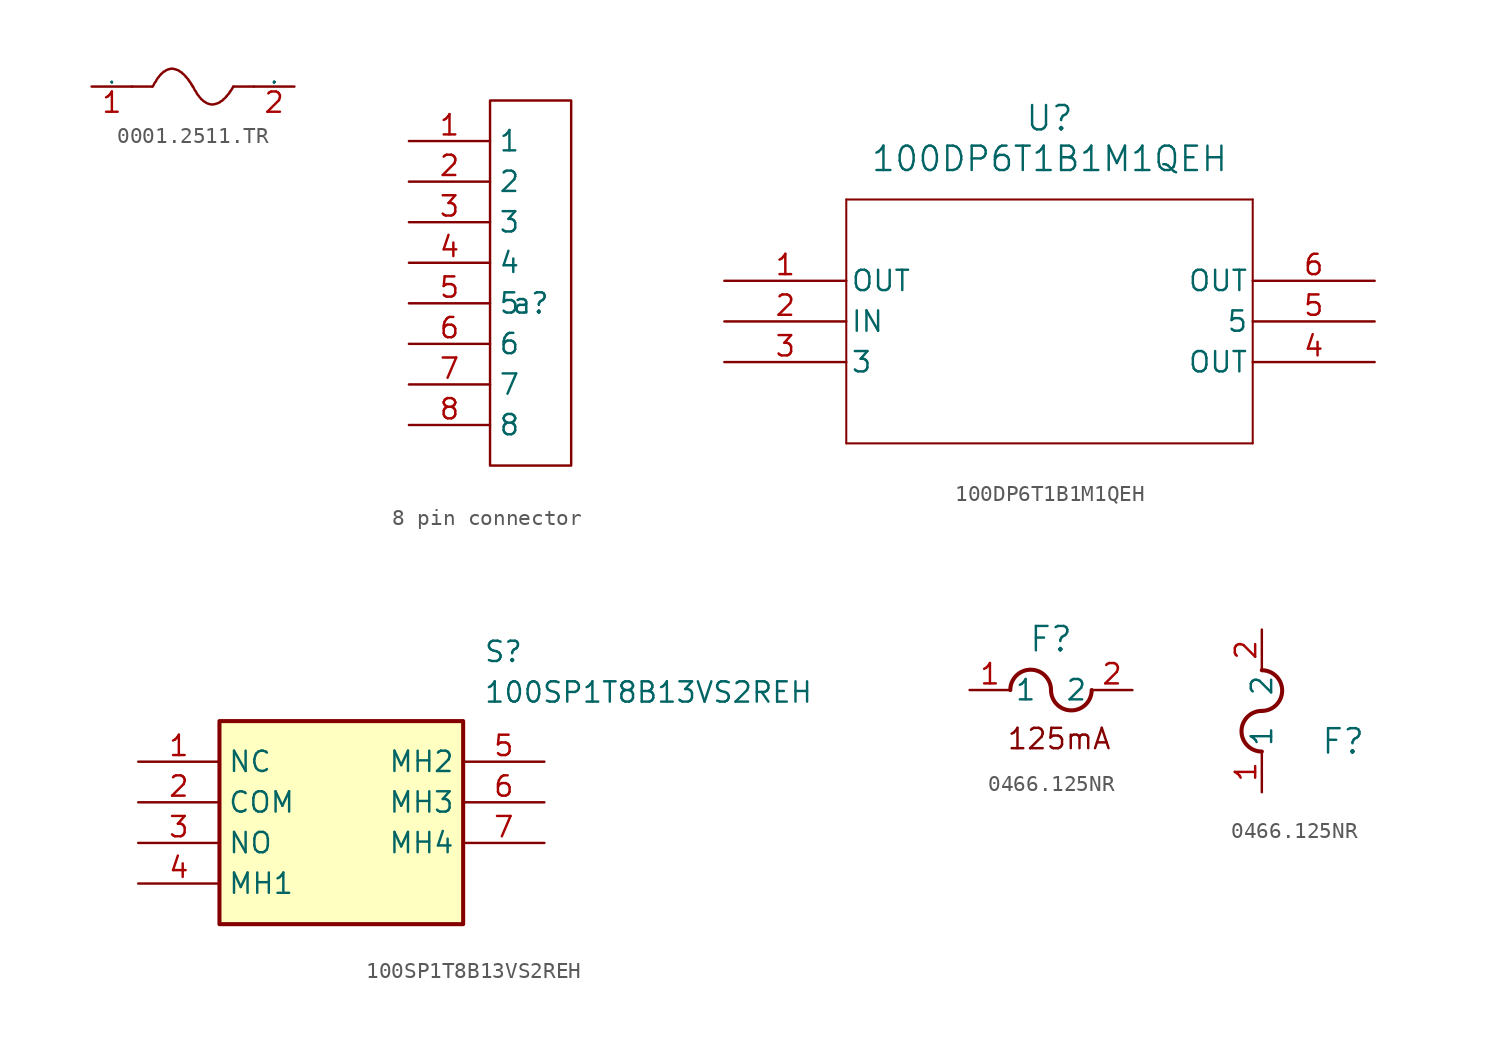
<source format=kicad_sym>
(kicad_symbol_lib
  (version 20241209)
  (generator "kicad_symbol_editor")
  (generator_version "9.0")
  (symbol "0001.2511.TR"
    (pin_names
      (offset 0))
    (property "Reference" "F"
      (at 0 0 0)
      (effects (font (size 1.27 1.27)) (hide yes)))
    (symbol "0001.2511.TR_1_0"
      (polyline (pts (xy -2.54 0) (xy -1.27 0)) (stroke (width 0) (type default)) (fill (type none)))
      (polyline (pts (xy -1.27 0) (xy -1.219 0.051) (xy -1.219 0.051) (xy -1.194 0.102) (xy -1.194 0.102) (xy -1.168 0.152) (xy -1.168 0.152) (xy -1.143 0.203) (xy -1.143 0.203) (xy -1.118 0.254) (xy -1.118 0.254) (xy -1.067 0.305) (xy -1.067 0.305) (xy -1.041 0.356) (xy -1.041 0.356) (xy -1.016 0.406) (xy -1.016 0.406) (xy -0.991 0.457) (xy -0.991 0.457) (xy -0.965 0.483) (xy -0.965 0.483) (xy -0.94 0.533) (xy -0.94 0.533) (xy -0.889 0.584) (xy -0.889 0.584) (xy -0.864 0.61) (xy -0.864 0.61) (xy -0.838 0.66) (xy -0.838 0.66) (xy -0.813 0.686) (xy -0.813 0.686) (xy -0.787 0.711) (xy -0.787 0.711) (xy -0.762 0.737) (xy -0.762 0.737) (xy -0.737 0.787) (xy -0.737 0.787) (xy -0.686 0.813) (xy -0.686 0.813) (xy -0.66 0.838) (xy -0.66 0.838) (xy -0.635 0.864) (xy -0.635 0.864) (xy -0.61 0.889) (xy -0.61 0.889) (xy -0.584 0.914) (xy -0.584 0.914) (xy -0.559 0.94) (xy -0.559 0.94) (xy -0.533 0.94) (xy -0.533 0.94) (xy -0.483 0.965) (xy -0.483 0.965) (xy -0.457 0.991) (xy -0.457 0.991) (xy -0.432 1.016) (xy -0.432 1.016) (xy -0.406 1.016) (xy -0.406 1.016) (xy -0.381 1.041) (xy -0.381 1.041) (xy -0.356 1.041) (xy -0.356 1.041) (xy -0.33 1.067) (xy -0.33 1.067) (xy -0.305 1.067) (xy -0.305 1.067) (xy -0.279 1.067) (xy -0.279 1.067) (xy -0.254 1.092) (xy -0.254 1.092) (xy -0.203 1.092) (xy -0.203 1.092) (xy -0.178 1.092) (xy -0.178 1.092) (xy -0.152 1.118) (xy -0.152 1.118) (xy -0.127 1.118) (xy -0.127 1.118) (xy -0.102 1.118) (xy -0.102 1.118) (xy -0.076 1.118) (xy -0.076 1.118) (xy -0.051 1.118) (xy -0.051 1.118) (xy -0.025 1.118) (xy -0.025 1.118) (xy 0 1.118) (xy 0 1.118) (xy 0 1.118) (xy 0 1.118) (xy 0.025 1.118) (xy 0.025 1.118) (xy 0.051 1.118) (xy 0.051 1.118) (xy 0.076 1.092) (xy 0.076 1.092) (xy 0.102 1.092) (xy 0.102 1.092) (xy 0.127 1.092) (xy 0.127 1.092) (xy 0.152 1.092) (xy 0.152 1.092) (xy 0.178 1.067) (xy 0.178 1.067) (xy 0.203 1.067) (xy 0.203 1.067) (xy 0.229 1.067) (xy 0.229 1.067) (xy 0.254 1.041) (xy 0.254 1.041) (xy 0.279 1.041) (xy 0.279 1.041) (xy 0.305 1.041) (xy 0.305 1.041) (xy 0.33 1.016) (xy 0.33 1.016) (xy 0.356 1.016) (xy 0.356 1.016) (xy 0.381 0.991) (xy 0.381 0.991) (xy 0.406 0.991) (xy 0.406 0.991) (xy 0.406 0.965) (xy 0.406 0.965) (xy 0.432 0.965) (xy 0.432 0.965) (xy 0.457 0.94) (xy 0.457 0.94) (xy 0.483 0.914) (xy 0.483 0.914) (xy 0.508 0.914) (xy 0.508 0.914) (xy 0.533 0.889) (xy 0.533 0.889) (xy 0.559 0.889) (xy 0.559 0.889) (xy 0.584 0.864) (xy 0.584 0.864) (xy 0.584 0.838) (xy 0.584 0.838) (xy 0.61 0.813) (xy 0.61 0.813) (xy 0.635 0.813) (xy 0.635 0.813) (xy 0.66 0.787) (xy 0.66 0.787) (xy 0.686 0.762) (xy 0.686 0.762) (xy 0.686 0.762) (xy 0.686 0.762) (xy 0.711 0.737) (xy 0.711 0.737) (xy 0.737 0.711) (xy 0.737 0.711) (xy 0.762 0.686) (xy 0.762 0.686) (xy 0.762 0.686) (xy 0.762 0.686) (xy 0.787 0.66) (xy 0.787 0.66) (xy 0.813 0.635) (xy 0.813 0.635) (xy 0.813 0.61) (xy 0.813 0.61) (xy 0.838 0.61) (xy 0.838 0.61) (xy 0.864 0.584) (xy 0.864 0.584) (xy 0.864 0.559) (xy 0.864 0.559) (xy 0.889 0.533) (xy 0.889 0.533) (xy 0.914 0.508) (xy 0.914 0.508) (xy 0.914 0.508) (xy 0.914 0.508) (xy 0.94 0.483) (xy 0.94 0.483) (xy 0.965 0.457) (xy 0.965 0.457) (xy 0.965 0.432) (xy 0.965 0.432) (xy 0.991 0.432) (xy 0.991 0.432) (xy 0.991 0.406) (xy 0.991 0.406) (xy 1.016 0.381) (xy 1.016 0.381) (xy 1.016 0.356) (xy 1.016 0.356) (xy 1.041 0.356) (xy 1.041 0.356) (xy 1.041 0.33) (xy 1.041 0.33) (xy 1.067 0.305) (xy 1.067 0.305) (xy 1.067 0.279) (xy 1.067 0.279) (xy 1.092 0.279) (xy 1.092 0.279) (xy 1.092 0.254) (xy 1.092 0.254) (xy 1.118 0.229) (xy 1.118 0.229) (xy 1.118 0.229) (xy 1.118 0.229) (xy 1.143 0.203) (xy 1.143 0.203) (xy 1.143 0.178) (xy 1.143 0.178) (xy 1.143 0.178) (xy 1.143 0.178) (xy 1.168 0.152) (xy 1.168 0.152) (xy 1.168 0.152) (xy 1.168 0.152) (xy 1.168 0.127) (xy 1.168 0.127) (xy 1.194 0.127) (xy 1.194 0.127) (xy 1.194 0.102) (xy 1.194 0.102) (xy 1.194 0.102) (xy 1.194 0.102) (xy 1.219 0.076) (xy 1.219 0.076) (xy 1.219 0.076) (xy 1.219 0.076) (xy 1.219 0.051) (xy 1.219 0.051) (xy 1.219 0.051) (xy 1.219 0.051) (xy 1.219 0.051) (xy 1.219 0.051) (xy 1.245 0.025) (xy 1.245 0.025) (xy 1.245 0.025) (xy 1.245 0.025) (xy 1.245 0.025) (xy 1.245 0.025) (xy 1.245 0) (xy 1.245 0) (xy 1.245 0) (xy 1.245 0) (xy 1.245 0) (xy 1.245 0) (xy 1.245 0) (xy 1.245 0) (xy 1.245 0) (xy 1.245 0) (xy 1.245 0) (xy 1.245 0) (xy 1.245 0) (xy 1.245 0) (xy 1.27 0)) (stroke (width 0) (type default)) (fill (type none)))
      (polyline (pts (xy 1.27 0) (xy 1.295 -0.051) (xy 1.295 -0.051) (xy 1.321 -0.102) (xy 1.321 -0.102) (xy 1.346 -0.152) (xy 1.346 -0.152) (xy 1.372 -0.203) (xy 1.372 -0.203) (xy 1.397 -0.254) (xy 1.397 -0.254) (xy 1.448 -0.305) (xy 1.448 -0.305) (xy 1.473 -0.356) (xy 1.473 -0.356) (xy 1.499 -0.406) (xy 1.499 -0.406) (xy 1.524 -0.457) (xy 1.524 -0.457) (xy 1.549 -0.483) (xy 1.549 -0.483) (xy 1.575 -0.533) (xy 1.575 -0.533) (xy 1.626 -0.584) (xy 1.626 -0.584) (xy 1.651 -0.61) (xy 1.651 -0.61) (xy 1.676 -0.66) (xy 1.676 -0.66) (xy 1.702 -0.686) (xy 1.702 -0.686) (xy 1.727 -0.711) (xy 1.727 -0.711) (xy 1.753 -0.737) (xy 1.753 -0.737) (xy 1.778 -0.787) (xy 1.778 -0.787) (xy 1.829 -0.813) (xy 1.829 -0.813) (xy 1.854 -0.838) (xy 1.854 -0.838) (xy 1.88 -0.864) (xy 1.88 -0.864) (xy 1.905 -0.889) (xy 1.905 -0.889) (xy 1.93 -0.914) (xy 1.93 -0.914) (xy 1.956 -0.94) (xy 1.956 -0.94) (xy 1.981 -0.94) (xy 1.981 -0.94) (xy 2.032 -0.965) (xy 2.032 -0.965) (xy 2.057 -0.991) (xy 2.057 -0.991) (xy 2.083 -1.016) (xy 2.083 -1.016) (xy 2.108 -1.016) (xy 2.108 -1.016) (xy 2.134 -1.041) (xy 2.134 -1.041) (xy 2.159 -1.041) (xy 2.159 -1.041) (xy 2.184 -1.067) (xy 2.184 -1.067) (xy 2.21 -1.067) (xy 2.21 -1.067) (xy 2.235 -1.067) (xy 2.235 -1.067) (xy 2.261 -1.092) (xy 2.261 -1.092) (xy 2.311 -1.092) (xy 2.311 -1.092) (xy 2.337 -1.092) (xy 2.337 -1.092) (xy 2.362 -1.118) (xy 2.362 -1.118) (xy 2.388 -1.118) (xy 2.388 -1.118) (xy 2.413 -1.118) (xy 2.413 -1.118) (xy 2.438 -1.118) (xy 2.438 -1.118) (xy 2.464 -1.118) (xy 2.464 -1.118) (xy 2.489 -1.118) (xy 2.489 -1.118) (xy 2.515 -1.118) (xy 2.515 -1.118) (xy 2.54 -1.118) (xy 2.54 -1.118) (xy 2.565 -1.118) (xy 2.565 -1.118) (xy 2.591 -1.118) (xy 2.591 -1.118) (xy 2.616 -1.092) (xy 2.616 -1.092) (xy 2.642 -1.092) (xy 2.642 -1.092) (xy 2.667 -1.092) (xy 2.667 -1.092) (xy 2.692 -1.092) (xy 2.692 -1.092) (xy 2.718 -1.067) (xy 2.718 -1.067) (xy 2.743 -1.067) (xy 2.743 -1.067) (xy 2.769 -1.067) (xy 2.769 -1.067) (xy 2.794 -1.041) (xy 2.794 -1.041) (xy 2.819 -1.041) (xy 2.819 -1.041) (xy 2.845 -1.041) (xy 2.845 -1.041) (xy 2.87 -1.016) (xy 2.87 -1.016) (xy 2.896 -1.016) (xy 2.896 -1.016) (xy 2.921 -0.991) (xy 2.921 -0.991) (xy 2.946 -0.991) (xy 2.946 -0.991) (xy 2.946 -0.965) (xy 2.946 -0.965) (xy 2.972 -0.965) (xy 2.972 -0.965) (xy 2.997 -0.94) (xy 2.997 -0.94) (xy 3.023 -0.914) (xy 3.023 -0.914) (xy 3.048 -0.914) (xy 3.048 -0.914) (xy 3.073 -0.889) (xy 3.073 -0.889) (xy 3.099 -0.889) (xy 3.099 -0.889) (xy 3.124 -0.864) (xy 3.124 -0.864) (xy 3.124 -0.838) (xy 3.124 -0.838) (xy 3.15 -0.813) (xy 3.15 -0.813) (xy 3.175 -0.813) (xy 3.175 -0.813) (xy 3.2 -0.787) (xy 3.2 -0.787) (xy 3.226 -0.762) (xy 3.226 -0.762) (xy 3.226 -0.762) (xy 3.226 -0.762) (xy 3.251 -0.737) (xy 3.251 -0.737) (xy 3.277 -0.711) (xy 3.277 -0.711) (xy 3.302 -0.686) (xy 3.302 -0.686) (xy 3.302 -0.686) (xy 3.302 -0.686) (xy 3.327 -0.66) (xy 3.327 -0.66) (xy 3.353 -0.635) (xy 3.353 -0.635) (xy 3.353 -0.61) (xy 3.353 -0.61) (xy 3.378 -0.61) (xy 3.378 -0.61) (xy 3.404 -0.584) (xy 3.404 -0.584) (xy 3.404 -0.559) (xy 3.404 -0.559) (xy 3.429 -0.533) (xy 3.429 -0.533) (xy 3.454 -0.508) (xy 3.454 -0.508) (xy 3.454 -0.508) (xy 3.454 -0.508) (xy 3.48 -0.483) (xy 3.48 -0.483) (xy 3.505 -0.457) (xy 3.505 -0.457) (xy 3.505 -0.432) (xy 3.505 -0.432) (xy 3.531 -0.432) (xy 3.531 -0.432) (xy 3.531 -0.406) (xy 3.531 -0.406) (xy 3.556 -0.381) (xy 3.556 -0.381) (xy 3.556 -0.356) (xy 3.556 -0.356) (xy 3.581 -0.356) (xy 3.581 -0.356) (xy 3.581 -0.33) (xy 3.581 -0.33) (xy 3.607 -0.305) (xy 3.607 -0.305) (xy 3.607 -0.279) (xy 3.607 -0.279) (xy 3.632 -0.279) (xy 3.632 -0.279) (xy 3.632 -0.254) (xy 3.632 -0.254) (xy 3.658 -0.229) (xy 3.658 -0.229) (xy 3.658 -0.229) (xy 3.658 -0.229) (xy 3.683 -0.203) (xy 3.683 -0.203) (xy 3.683 -0.178) (xy 3.683 -0.178) (xy 3.683 -0.178) (xy 3.683 -0.178) (xy 3.708 -0.152) (xy 3.708 -0.152) (xy 3.708 -0.152) (xy 3.708 -0.152) (xy 3.708 -0.127) (xy 3.708 -0.127) (xy 3.734 -0.127) (xy 3.734 -0.127) (xy 3.734 -0.102) (xy 3.734 -0.102) (xy 3.734 -0.102) (xy 3.734 -0.102) (xy 3.759 -0.076) (xy 3.759 -0.076) (xy 3.759 -0.076) (xy 3.759 -0.076) (xy 3.759 -0.051) (xy 3.759 -0.051) (xy 3.759 -0.051) (xy 3.759 -0.051) (xy 3.759 -0.051) (xy 3.759 -0.051) (xy 3.785 -0.025) (xy 3.785 -0.025) (xy 3.785 -0.025) (xy 3.785 -0.025) (xy 3.785 -0.025) (xy 3.785 -0.025) (xy 3.785 0) (xy 3.785 0) (xy 3.785 0) (xy 3.785 0) (xy 3.785 0) (xy 3.785 0) (xy 3.785 0) (xy 3.785 0) (xy 3.785 0) (xy 3.785 0) (xy 3.785 0) (xy 3.785 0) (xy 3.785 0) (xy 3.785 0) (xy 3.81 0)) (stroke (width 0) (type default)) (fill (type none)))
      (polyline (pts (xy 3.81 0) (xy 5.08 0)) (stroke (width 0) (type default)) (fill (type none)))
      (pin input line (at -5.08 0 0) (length 2.54) (name "1" (effects (font (size 0.025 0.025)))) (number "1" (effects (font (size 1.27 1.27)))))
      (pin input line (at 7.62 0 180) (length 2.54) (name "2" (effects (font (size 0.025 0.025)))) (number "2" (effects (font (size 1.27 1.27)))))))
  (symbol "8 pin connector"
    (property "Reference" "a"
      (at 0 0 0)
      (effects (font (size 1.27 1.27))))
    (property "Value" ""
      (at 0 0 0)
      (effects (font (size 1.27 1.27))))
    (symbol "8 pin connector_1_0"
      (rectangle (start -2.54 12.7) (end 2.54 -10.16) (stroke (width 0) (type default)) (fill (type none)))
      (pin input line (at -7.62 10.16 0) (length 5.08) (name "1" (effects (font (size 1.27 1.27)))) (number "1" (effects (font (size 1.27 1.27)))))
      (pin input line (at -7.62 7.62 0) (length 5.08) (name "2" (effects (font (size 1.27 1.27)))) (number "2" (effects (font (size 1.27 1.27)))))
      (pin input line (at -7.62 5.08 0) (length 5.08) (name "3" (effects (font (size 1.27 1.27)))) (number "3" (effects (font (size 1.27 1.27)))))
      (pin input line (at -7.62 2.54 0) (length 5.08) (name "4" (effects (font (size 1.27 1.27)))) (number "4" (effects (font (size 1.27 1.27)))))
      (pin input line (at -7.62 0 0) (length 5.08) (name "5" (effects (font (size 1.27 1.27)))) (number "5" (effects (font (size 1.27 1.27)))))
      (pin input line (at -7.62 -2.54 0) (length 5.08) (name "6" (effects (font (size 1.27 1.27)))) (number "6" (effects (font (size 1.27 1.27)))))
      (pin input line (at -7.62 -5.08 0) (length 5.08) (name "7" (effects (font (size 1.27 1.27)))) (number "7" (effects (font (size 1.27 1.27)))))
      (pin input line (at -7.62 -7.62 0) (length 5.08) (name "8" (effects (font (size 1.27 1.27)))) (number "8" (effects (font (size 1.27 1.27)))))))
  (symbol "100DP6T1B1M1QEH"
    (pin_names
      (offset 0.254))
    (property "Reference" "U"
      (at 20.32 10.16 0)
      (effects (font (size 1.524 1.524))))
    (property "Value" "100DP6T1B1M1QEH"
      (at 20.32 7.62 0)
      (effects (font (size 1.524 1.524))))
    (symbol "100DP6T1B1M1QEH_0_1"
      (polyline (pts (xy 7.62 5.08) (xy 7.62 -10.16)) (stroke (width 0.127) (type default)) (fill (type none)))
      (polyline (pts (xy 7.62 -10.16) (xy 33.02 -10.16)) (stroke (width 0.127) (type default)) (fill (type none)))
      (polyline (pts (xy 33.02 5.08) (xy 7.62 5.08)) (stroke (width 0.127) (type default)) (fill (type none)))
      (polyline (pts (xy 33.02 -10.16) (xy 33.02 5.08)) (stroke (width 0.127) (type default)) (fill (type none)))
      (pin output line (at 0 0 0) (length 7.62) (name "OUT" (effects (font (size 1.27 1.27)))) (number "1" (effects (font (size 1.27 1.27)))))
      (pin input line (at 0 -2.54 0) (length 7.62) (name "IN" (effects (font (size 1.27 1.27)))) (number "2" (effects (font (size 1.27 1.27)))))
      (pin unspecified line (at 0 -5.08 0) (length 7.62) (name "3" (effects (font (size 1.27 1.27)))) (number "3" (effects (font (size 1.27 1.27)))))
      (pin output line (at 40.64 0 180) (length 7.62) (name "OUT" (effects (font (size 1.27 1.27)))) (number "6" (effects (font (size 1.27 1.27)))))
      (pin unspecified line (at 40.64 -2.54 180) (length 7.62) (name "5" (effects (font (size 1.27 1.27)))) (number "5" (effects (font (size 1.27 1.27)))))
      (pin output line (at 40.64 -5.08 180) (length 7.62) (name "OUT" (effects (font (size 1.27 1.27)))) (number "4" (effects (font (size 1.27 1.27)))))))
  (symbol "100SP1T8B13VS2REH"
    (property "Reference" "S"
      (at 21.59 7.62 0)
      (effects (font (size 1.27 1.27)) (justify left top)))
    (property "Value" "100SP1T8B13VS2REH"
      (at 21.59 5.08 0)
      (effects (font (size 1.27 1.27)) (justify left top)))
    (symbol "100SP1T8B13VS2REH_1_1"
      (rectangle (start 5.08 2.54) (end 20.32 -10.16) (stroke (width 0.254) (type default)) (fill (type background)))
      (pin passive line (at 0 0 0) (length 5.08) (name "NC" (effects (font (size 1.27 1.27)))) (number "1" (effects (font (size 1.27 1.27)))))
      (pin passive line (at 0 -2.54 0) (length 5.08) (name "COM" (effects (font (size 1.27 1.27)))) (number "2" (effects (font (size 1.27 1.27)))))
      (pin passive line (at 0 -5.08 0) (length 5.08) (name "NO" (effects (font (size 1.27 1.27)))) (number "3" (effects (font (size 1.27 1.27)))))
      (pin passive line (at 0 -7.62 0) (length 5.08) (name "MH1" (effects (font (size 1.27 1.27)))) (number "4" (effects (font (size 1.27 1.27)))))
      (pin passive line (at 25.4 0 180) (length 5.08) (name "MH2" (effects (font (size 1.27 1.27)))) (number "5" (effects (font (size 1.27 1.27)))))
      (pin passive line (at 25.4 -2.54 180) (length 5.08) (name "MH3" (effects (font (size 1.27 1.27)))) (number "6" (effects (font (size 1.27 1.27)))))
      (pin passive line (at 25.4 -5.08 180) (length 5.08) (name "MH4" (effects (font (size 1.27 1.27)))) (number "7" (effects (font (size 1.27 1.27)))))))
  (symbol "0466.125NR"
    (pin_names
      (offset 0.254))
    (property "Reference" "F"
      (at 5.08 3.175 0)
      (effects (font (size 1.524 1.524))))
    (property "ki_locked" ""
      (at 0 0 0)
      (effects (font (size 1.27 1.27))))
    (symbol "0466.125NR_1_1"
      (arc (start 2.54 0) (mid 3.81 1.2645) (end 5.08 0) (stroke (width 0.254) (type default)) (fill (type none)))
      (arc (start 7.62 0) (mid 6.35 -1.2645) (end 5.08 0) (stroke (width 0.254) (type default)) (fill (type none)))
      (text "125mA" (at 5.588 -3.048 0) (effects (font (size 1.27 1.27))))
      (pin unspecified line (at 0 0 0) (length 2.54) (name "1" (effects (font (size 1.27 1.27)))) (number "1" (effects (font (size 1.27 1.27)))))
      (pin unspecified line (at 10.16 0 180) (length 2.54) (name "2" (effects (font (size 1.27 1.27)))) (number "2" (effects (font (size 1.27 1.27))))))
    (symbol "0466.125NR_1_2"
      (arc (start 0 7.62) (mid 1.2645 6.35) (end 0 5.08) (stroke (width 0.254) (type default)) (fill (type none)))
      (arc (start 0 2.54) (mid -1.2645 3.81) (end 0 5.08) (stroke (width 0.254) (type default)) (fill (type none)))
      (pin unspecified line (at 0 10.16 270) (length 2.54) (name "2" (effects (font (size 1.27 1.27)))) (number "2" (effects (font (size 1.27 1.27)))))
      (pin unspecified line (at 0 0 90) (length 2.54) (name "1" (effects (font (size 1.27 1.27)))) (number "1" (effects (font (size 1.27 1.27))))))))
</source>
